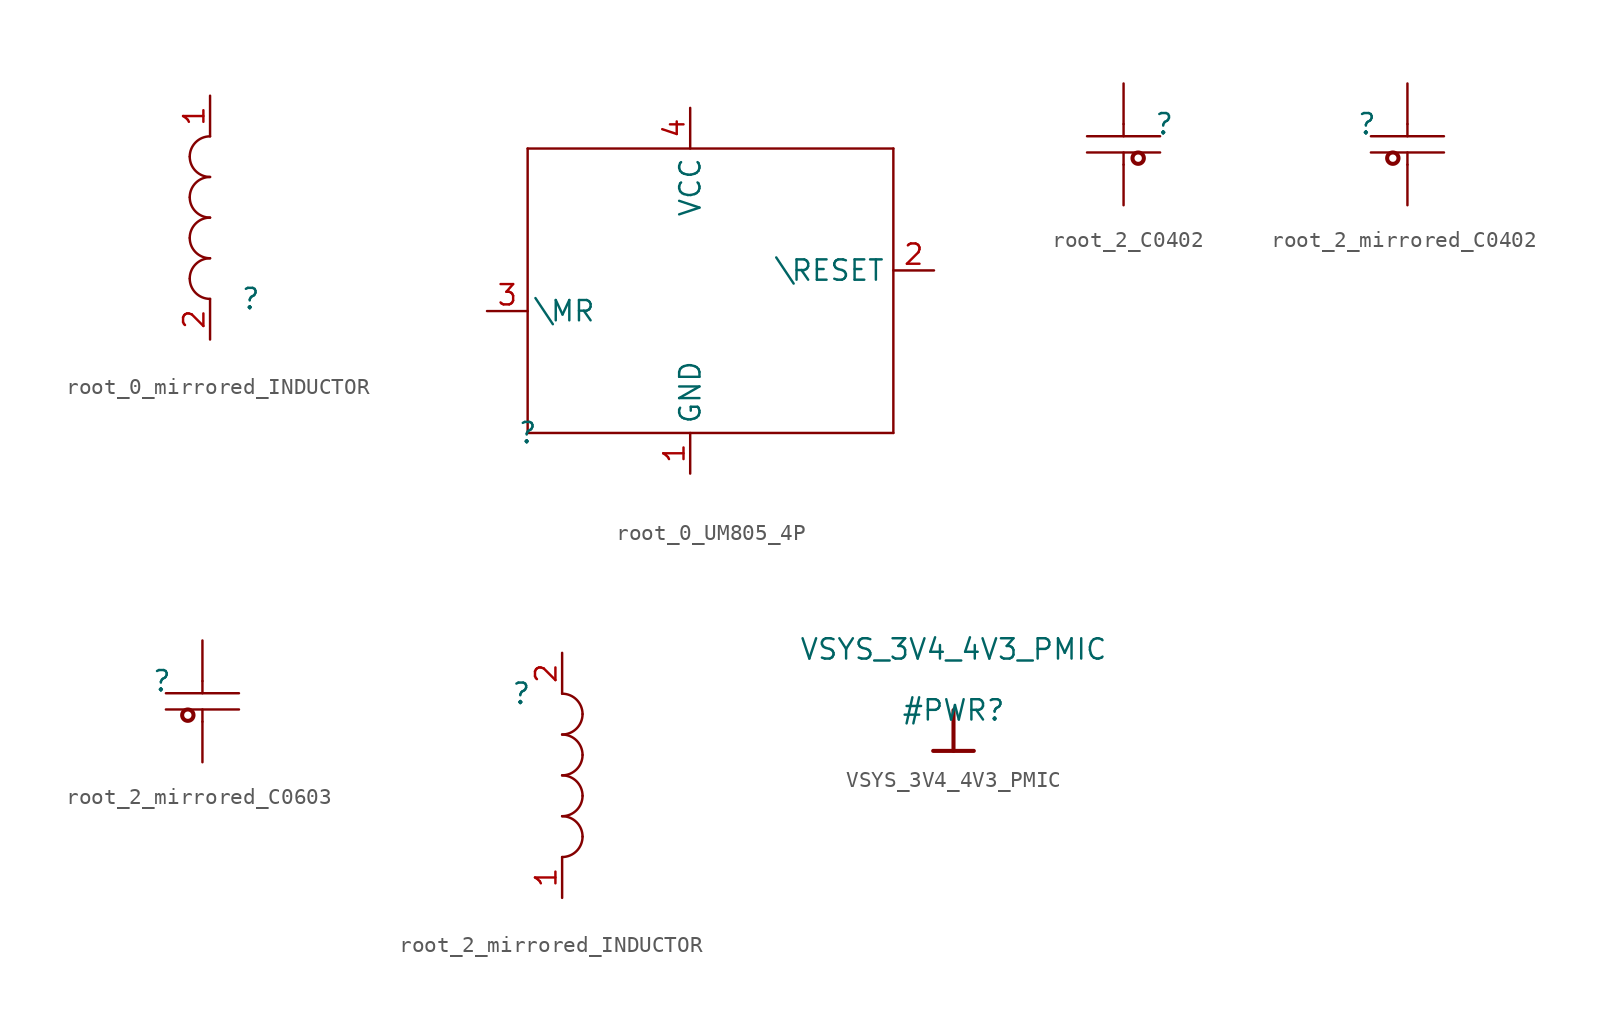
<source format=kicad_sym>
(kicad_symbol_lib
  (version 20220914)
  (generator kicad_symbol_editor)
  (symbol "root_0_mirrored_INDUCTOR"
    (property "Reference" ""
      (at 0 0 0)
      (effects (font (size 1.27 1.27))))
    (property "Value" ""
      (at 0 0 0)
      (effects (font (size 1.27 1.27))))
    (symbol "root_0_mirrored_INDUCTOR_1_0"
      (arc (start -3.81 1.27) (mid -3.438 0.372) (end -2.54 0) (stroke (width 0) (type solid)) (fill (type none)))
      (arc (start -3.81 3.81) (mid -3.438 2.912) (end -2.54 2.54) (stroke (width 0) (type solid)) (fill (type none)))
      (arc (start -3.81 6.35) (mid -3.438 5.452) (end -2.54 5.08) (stroke (width 0) (type solid)) (fill (type none)))
      (arc (start -3.81 8.89) (mid -3.438 7.992) (end -2.54 7.62) (stroke (width 0) (type solid)) (fill (type none)))
      (arc (start -2.54 2.54) (mid -3.438 2.168) (end -3.81 1.27) (stroke (width 0) (type solid)) (fill (type none)))
      (arc (start -2.54 5.08) (mid -3.438 4.708) (end -3.81 3.81) (stroke (width 0) (type solid)) (fill (type none)))
      (arc (start -2.54 7.62) (mid -3.438 7.248) (end -3.81 6.35) (stroke (width 0) (type solid)) (fill (type none)))
      (arc (start -2.54 10.16) (mid -3.438 9.788) (end -3.81 8.89) (stroke (width 0) (type solid)) (fill (type none)))
      (pin passive line (at -2.54 12.7 270) (length 2.54) (name "1" (effects (font (size 0 0)))) (number "1" (effects (font (size 1.27 1.27)))))
      (pin passive line (at -2.54 -2.54 90) (length 2.54) (name "2" (effects (font (size 0 0)))) (number "2" (effects (font (size 1.27 1.27)))))))
  (symbol "root_0_UM805_4P"
    (property "Reference" ""
      (at 0 0 0)
      (effects (font (size 1.27 1.27))))
    (property "Value" ""
      (at 0 0 0)
      (effects (font (size 1.27 1.27))))
    (symbol "root_0_UM805_4P_1_0"
      (polyline (pts (xy 0 0) (xy 0 17.78)) (stroke (width 0) (type solid)) (fill (type none)))
      (polyline (pts (xy 0 17.78) (xy 22.86 17.78)) (stroke (width 0) (type solid)) (fill (type none)))
      (polyline (pts (xy 22.86 0) (xy 0 0)) (stroke (width 0) (type solid)) (fill (type none)))
      (polyline (pts (xy 22.86 17.78) (xy 22.86 0)) (stroke (width 0) (type solid)) (fill (type none)))
      (pin power_in line (at 10.16 -2.54 90) (length 2.54) (name "GND" (effects (font (size 1.27 1.27)))) (number "1" (effects (font (size 1.27 1.27)))))
      (pin open_collector line (at 25.4 10.16 180) (length 2.54) (name "\\RESET" (effects (font (size 1.27 1.27)))) (number "2" (effects (font (size 1.27 1.27)))))
      (pin passive line (at -2.54 7.62 0) (length 2.54) (name "\\MR" (effects (font (size 1.27 1.27)))) (number "3" (effects (font (size 1.27 1.27)))))
      (pin power_in line (at 10.16 20.32 270) (length 2.54) (name "VCC" (effects (font (size 1.27 1.27)))) (number "4" (effects (font (size 1.27 1.27)))))))
  (symbol "root_2_C0402"
    (property "Reference" ""
      (at 0 0 0)
      (effects (font (size 1.27 1.27))))
    (property "Value" ""
      (at 0 0 0)
      (effects (font (size 1.27 1.27))))
    (symbol "root_2_C0402_1_0"
      (circle (center -1.626 -2.134) (radius 0.356) (stroke (width 0.254) (type solid)) (fill (type none)))
      (polyline (pts (xy -2.54 -2.54) (xy -2.54 -1.778)) (stroke (width 0) (type solid)) (fill (type none)))
      (polyline (pts (xy -2.54 0) (xy -2.54 -0.762)) (stroke (width 0) (type solid)) (fill (type none)))
      (polyline (pts (xy -0.254 -1.778) (xy -4.826 -1.778)) (stroke (width 0) (type solid)) (fill (type none)))
      (polyline (pts (xy -0.254 -0.762) (xy -4.826 -0.762)) (stroke (width 0) (type solid)) (fill (type none)))
      (pin passive line (at -2.54 -5.08 90) (length 2.54) (name "1" (effects (font (size 0 0)))) (number "1" (effects (font (size 0 0)))))
      (pin passive line (at -2.54 2.54 270) (length 2.54) (name "2" (effects (font (size 0 0)))) (number "2" (effects (font (size 0 0)))))))
  (symbol "root_2_mirrored_C0402"
    (property "Reference" ""
      (at 0 0 0)
      (effects (font (size 1.27 1.27))))
    (property "Value" ""
      (at 0 0 0)
      (effects (font (size 1.27 1.27))))
    (symbol "root_2_mirrored_C0402_1_0"
      (polyline (pts (xy 0.254 -1.778) (xy 4.826 -1.778)) (stroke (width 0) (type solid)) (fill (type none)))
      (polyline (pts (xy 0.254 -0.762) (xy 4.826 -0.762)) (stroke (width 0) (type solid)) (fill (type none)))
      (polyline (pts (xy 2.54 -2.54) (xy 2.54 -1.778)) (stroke (width 0) (type solid)) (fill (type none)))
      (polyline (pts (xy 2.54 0) (xy 2.54 -0.762)) (stroke (width 0) (type solid)) (fill (type none)))
      (circle (center 1.626 -2.134) (radius 0.356) (stroke (width 0.254) (type solid)) (fill (type none)))
      (pin passive line (at 2.54 -5.08 90) (length 2.54) (name "1" (effects (font (size 0 0)))) (number "1" (effects (font (size 0 0)))))
      (pin passive line (at 2.54 2.54 270) (length 2.54) (name "2" (effects (font (size 0 0)))) (number "2" (effects (font (size 0 0)))))))
  (symbol "root_2_mirrored_C0603"
    (property "Reference" ""
      (at 0 0 0)
      (effects (font (size 1.27 1.27))))
    (property "Value" ""
      (at 0 0 0)
      (effects (font (size 1.27 1.27))))
    (symbol "root_2_mirrored_C0603_1_0"
      (polyline (pts (xy 0.254 -1.778) (xy 4.826 -1.778)) (stroke (width 0) (type solid)) (fill (type none)))
      (polyline (pts (xy 0.254 -0.762) (xy 4.826 -0.762)) (stroke (width 0) (type solid)) (fill (type none)))
      (polyline (pts (xy 2.54 -2.54) (xy 2.54 -1.778)) (stroke (width 0) (type solid)) (fill (type none)))
      (polyline (pts (xy 2.54 0) (xy 2.54 -0.762)) (stroke (width 0) (type solid)) (fill (type none)))
      (circle (center 1.626 -2.134) (radius 0.356) (stroke (width 0.254) (type solid)) (fill (type none)))
      (pin passive line (at 2.54 -5.08 90) (length 2.54) (name "1" (effects (font (size 0 0)))) (number "1" (effects (font (size 0 0)))))
      (pin passive line (at 2.54 2.54 270) (length 2.54) (name "2" (effects (font (size 0 0)))) (number "2" (effects (font (size 0 0)))))))
  (symbol "root_2_mirrored_INDUCTOR"
    (property "Reference" ""
      (at 0 0 0)
      (effects (font (size 1.27 1.27))))
    (property "Value" ""
      (at 0 0 0)
      (effects (font (size 1.27 1.27))))
    (symbol "root_2_mirrored_INDUCTOR_1_0"
      (arc (start 2.54 -10.16) (mid 3.438 -9.788) (end 3.81 -8.89) (stroke (width 0) (type solid)) (fill (type none)))
      (arc (start 2.54 -7.62) (mid 3.438 -7.248) (end 3.81 -6.35) (stroke (width 0) (type solid)) (fill (type none)))
      (arc (start 2.54 -5.08) (mid 3.438 -4.708) (end 3.81 -3.81) (stroke (width 0) (type solid)) (fill (type none)))
      (arc (start 2.54 -2.54) (mid 3.438 -2.168) (end 3.81 -1.27) (stroke (width 0) (type solid)) (fill (type none)))
      (arc (start 3.81 -8.89) (mid 3.438 -7.992) (end 2.54 -7.62) (stroke (width 0) (type solid)) (fill (type none)))
      (arc (start 3.81 -6.35) (mid 3.438 -5.452) (end 2.54 -5.08) (stroke (width 0) (type solid)) (fill (type none)))
      (arc (start 3.81 -3.81) (mid 3.438 -2.912) (end 2.54 -2.54) (stroke (width 0) (type solid)) (fill (type none)))
      (arc (start 3.81 -1.27) (mid 3.438 -0.372) (end 2.54 0) (stroke (width 0) (type solid)) (fill (type none)))
      (pin passive line (at 2.54 -12.7 90) (length 2.54) (name "1" (effects (font (size 0 0)))) (number "1" (effects (font (size 1.27 1.27)))))
      (pin passive line (at 2.54 2.54 270) (length 2.54) (name "2" (effects (font (size 0 0)))) (number "2" (effects (font (size 1.27 1.27)))))))
  (symbol "VSYS_3V4_4V3_PMIC"
    (power)
    (property "Reference" "#PWR"
      (at 0 0 0)
      (effects (font (size 1.27 1.27))))
    (property "Value" "VSYS_3V4_4V3_PMIC"
      (at 0 3.81 0)
      (effects (font (size 1.27 1.27))))
    (symbol "VSYS_3V4_4V3_PMIC_0_0"
      (polyline (pts (xy -1.27 -2.54) (xy 1.27 -2.54)) (stroke (width 0.254) (type solid)) (fill (type none)))
      (polyline (pts (xy 0 0) (xy 0 -2.54)) (stroke (width 0.254) (type solid)) (fill (type none)))
      (pin power_in line (at 0 0 0) (length 0) hide (name "VSYS_3V4_4V3_PMIC" (effects (font (size 1.27 1.27)))) (number "" (effects (font (size 1.27 1.27))))))))
</source>
